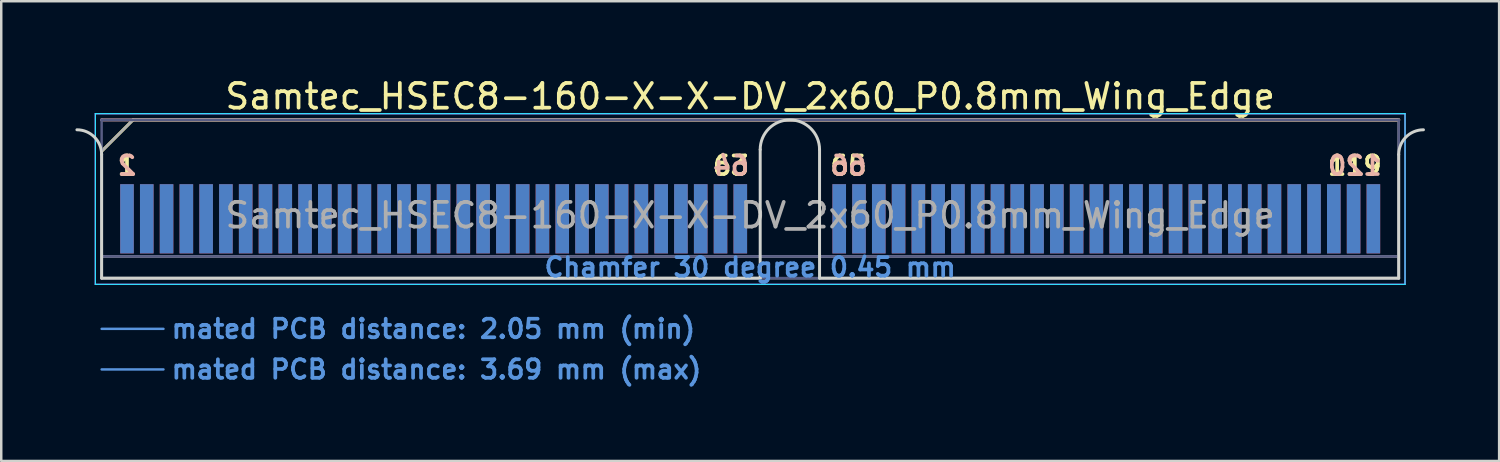
<source format=kicad_pcb>
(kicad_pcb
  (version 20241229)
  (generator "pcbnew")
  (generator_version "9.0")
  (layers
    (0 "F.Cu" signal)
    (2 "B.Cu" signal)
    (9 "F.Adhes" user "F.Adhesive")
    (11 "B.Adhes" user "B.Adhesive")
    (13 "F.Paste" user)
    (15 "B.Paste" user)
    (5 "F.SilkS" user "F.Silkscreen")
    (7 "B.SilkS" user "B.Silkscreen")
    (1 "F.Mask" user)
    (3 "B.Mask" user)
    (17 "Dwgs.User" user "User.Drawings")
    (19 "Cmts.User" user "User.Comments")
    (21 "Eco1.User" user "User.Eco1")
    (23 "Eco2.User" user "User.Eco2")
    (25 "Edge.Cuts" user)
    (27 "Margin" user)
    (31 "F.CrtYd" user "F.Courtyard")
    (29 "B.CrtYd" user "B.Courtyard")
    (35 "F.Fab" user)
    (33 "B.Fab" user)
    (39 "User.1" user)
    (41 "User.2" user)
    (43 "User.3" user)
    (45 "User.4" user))
  (footprint "Samtec_HSEC8-160-X-X-DV_2x60_P0.8mm_Wing_Edge"
    (layer "F.Cu")
    (at 27.285 8.198)
    (property "Reference" "Samtec_HSEC8-160-X-X-DV_2x60_P0.8mm_Wing_Edge" (at 0 -7.35 0) (layer "F.SilkS") (effects (font (size 1 1) (thickness 0.15))))
    (attr exclude_from_pos_files exclude_from_bom)
    (fp_line (start -26.225 -5.13) (end -24.955 -6.4) (stroke (width 0.12) (type solid)) (layer "F.SilkS"))
    (fp_line (start -24.955 -6.4) (end 26.225 -6.4) (stroke (width 0.12) (type solid)) (layer "F.SilkS"))
    (fp_line (start -26.225 -6.4) (end -26.225 -6.4) (stroke (width 0.12) (type solid)) (layer "B.SilkS"))
    (fp_line (start -26.225 -6.4) (end 26.225 -6.4) (stroke (width 0.12) (type solid)) (layer "B.SilkS"))
    (fp_line (start -26.225 2.05) (end -23.725 2.05) (stroke (width 0.1) (type solid)) (layer "Cmts.User"))
    (fp_line (start -26.225 3.69) (end -23.725 3.69) (stroke (width 0.1) (type solid)) (layer "Cmts.User"))
    (fp_line (start -26.225 -5) (end -26.225 0) (stroke (width 0.12) (type solid)) (layer "Edge.Cuts"))
    (fp_line (start -26.225 0) (end 0.405 0) (stroke (width 0.12) (type solid)) (layer "Edge.Cuts"))
    (fp_line (start 0.405 0) (end 0.405 -5.2) (stroke (width 0.12) (type solid)) (layer "Edge.Cuts"))
    (fp_line (start 2.805 -5.2) (end 2.805 0) (stroke (width 0.12) (type solid)) (layer "Edge.Cuts"))
    (fp_line (start 2.805 0) (end 26.225 0) (stroke (width 0.12) (type solid)) (layer "Edge.Cuts"))
    (fp_line (start 26.225 0) (end 26.225 -5) (stroke (width 0.12) (type solid)) (layer "Edge.Cuts"))
    (fp_arc (start -27.225 -6) (mid -26.517893 -5.707107) (end -26.225 -5) (stroke (width 0.12) (type solid)) (layer "Edge.Cuts"))
    (fp_arc (start 0.405 -5.2) (mid 1.605 -6.4) (end 2.805 -5.2) (stroke (width 0.12) (type solid)) (layer "Edge.Cuts"))
    (fp_arc (start 26.225 -5) (mid 26.517893 -5.707107) (end 27.225 -6) (stroke (width 0.12) (type solid)) (layer "Edge.Cuts"))
    (fp_line (start -26.48 -6.65) (end -26.48 0.25) (stroke (width 0.05) (type solid)) (layer "B.CrtYd"))
    (fp_line (start -26.48 0.25) (end 26.48 0.25) (stroke (width 0.05) (type solid)) (layer "B.CrtYd"))
    (fp_line (start 26.48 -6.65) (end -26.48 -6.65) (stroke (width 0.05) (type solid)) (layer "B.CrtYd"))
    (fp_line (start 26.48 0.25) (end 26.48 -6.65) (stroke (width 0.05) (type solid)) (layer "B.CrtYd"))
    (fp_line (start -26.48 -6.65) (end -26.48 0.25) (stroke (width 0.05) (type solid)) (layer "F.CrtYd"))
    (fp_line (start -26.48 0.25) (end 26.48 0.25) (stroke (width 0.05) (type solid)) (layer "F.CrtYd"))
    (fp_line (start 26.48 -6.65) (end -26.48 -6.65) (stroke (width 0.05) (type solid)) (layer "F.CrtYd"))
    (fp_line (start 26.48 0.25) (end 26.48 -6.65) (stroke (width 0.05) (type solid)) (layer "F.CrtYd"))
    (fp_line (start -26.225 -6.4) (end -26.225 -6.4) (stroke (width 0.1) (type solid)) (layer "B.Fab"))
    (fp_line (start -26.225 -6.4) (end -26.225 0) (stroke (width 0.1) (type solid)) (layer "B.Fab"))
    (fp_line (start -26.225 -6.4) (end 26.225 -6.4) (stroke (width 0.1) (type solid)) (layer "B.Fab"))
    (fp_line (start -26.225 -0.88) (end 26.225 -0.88) (stroke (width 0.1) (type solid)) (layer "B.Fab"))
    (fp_line (start -26.225 0) (end 26.225 0) (stroke (width 0.1) (type solid)) (layer "B.Fab"))
    (fp_line (start 26.225 -6.4) (end 26.225 0) (stroke (width 0.1) (type solid)) (layer "B.Fab"))
    (fp_line (start -26.225 -5.13) (end -26.225 0) (stroke (width 0.1) (type solid)) (layer "F.Fab"))
    (fp_line (start -26.225 -5.13) (end -24.955 -6.4) (stroke (width 0.1) (type solid)) (layer "F.Fab"))
    (fp_line (start -26.225 -0.88) (end 26.225 -0.88) (stroke (width 0.1) (type solid)) (layer "F.Fab"))
    (fp_line (start -26.225 0) (end 26.225 0) (stroke (width 0.1) (type solid)) (layer "F.Fab"))
    (fp_line (start -24.955 -6.4) (end 26.225 -6.4) (stroke (width 0.1) (type solid)) (layer "F.Fab"))
    (fp_line (start 26.225 -6.4) (end 26.225 0) (stroke (width 0.1) (type solid)) (layer "F.Fab"))
    (fp_text user "63" (at -0.775 -4.55 0) (layer "F.SilkS") (effects (font (size 0.75 0.75) (thickness 0.15))))
    (fp_text user "1" (at -25.2 -4.55 0) (layer "F.SilkS") (effects (font (size 0.75 0.75) (thickness 0.15))))
    (fp_text user "65" (at 3.975 -4.55 0) (layer "F.SilkS") (effects (font (size 0.75 0.75) (thickness 0.15))))
    (fp_text user "119" (at 24.45 -4.55 0) (layer "F.SilkS") (effects (font (size 0.75 0.75) (thickness 0.15))))
    (fp_text user "120" (at 24.45 -4.55 0) (layer "B.SilkS") (effects (font (size 0.75 0.75) (thickness 0.15)) (justify mirror)))
    (fp_text user "66" (at 3.975 -4.55 0) (layer "B.SilkS") (effects (font (size 0.75 0.75) (thickness 0.15)) (justify mirror)))
    (fp_text user "2" (at -25.2 -4.55 0) (layer "B.SilkS") (effects (font (size 0.75 0.75) (thickness 0.15)) (justify mirror)))
    (fp_text user "64" (at -0.775 -4.55 0) (layer "B.SilkS") (effects (font (size 0.75 0.75) (thickness 0.15)) (justify mirror)))
    (fp_text user "mated PCB distance: 2.05 mm (min)" (at -23.48 2.05 0) (layer "Cmts.User") (effects (font (size 0.75 0.75) (thickness 0.15)) (justify left)))
    (fp_text user "mated PCB distance: 3.69 mm (max)" (at -23.48 3.69 0) (layer "Cmts.User") (effects (font (size 0.75 0.75) (thickness 0.15)) (justify left)))
    (fp_text user "Chamfer 30 degree 0.45 mm" (at 0 -0.44 0) (layer "Cmts.User") (effects (font (size 0.75 0.75) (thickness 0.15))))
    (fp_text user "${REFERENCE}" (at 0 -2.54 0) (layer "F.Fab") (effects (font (size 1 1) (thickness 0.15))))
    (pad "1" connect rect (at -25.2 -2.4) (size 0.55 2.8) (layers "F.Cu" "F.Mask"))
    (pad "2" connect rect (at -25.2 -2.4) (size 0.55 2.8) (layers "B.Cu" "B.Mask"))
    (pad "3" connect rect (at -24.4 -2.4) (size 0.55 2.8) (layers "F.Cu" "F.Mask"))
    (pad "4" connect rect (at -24.4 -2.4) (size 0.55 2.8) (layers "B.Cu" "B.Mask"))
    (pad "5" connect rect (at -23.6 -2.4) (size 0.55 2.8) (layers "F.Cu" "F.Mask"))
    (pad "6" connect rect (at -23.6 -2.4) (size 0.55 2.8) (layers "B.Cu" "B.Mask"))
    (pad "7" connect rect (at -22.8 -2.4) (size 0.55 2.8) (layers "F.Cu" "F.Mask"))
    (pad "8" connect rect (at -22.8 -2.4) (size 0.55 2.8) (layers "B.Cu" "B.Mask"))
    (pad "9" connect rect (at -22 -2.4) (size 0.55 2.8) (layers "F.Cu" "F.Mask"))
    (pad "10" connect rect (at -22 -2.4) (size 0.55 2.8) (layers "B.Cu" "B.Mask"))
    (pad "11" connect rect (at -21.2 -2.4) (size 0.55 2.8) (layers "F.Cu" "F.Mask"))
    (pad "12" connect rect (at -21.2 -2.4) (size 0.55 2.8) (layers "B.Cu" "B.Mask"))
    (pad "13" connect rect (at -20.4 -2.4) (size 0.55 2.8) (layers "F.Cu" "F.Mask"))
    (pad "14" connect rect (at -20.4 -2.4) (size 0.55 2.8) (layers "B.Cu" "B.Mask"))
    (pad "15" connect rect (at -19.6 -2.4) (size 0.55 2.8) (layers "F.Cu" "F.Mask"))
    (pad "16" connect rect (at -19.6 -2.4) (size 0.55 2.8) (layers "B.Cu" "B.Mask"))
    (pad "17" connect rect (at -18.8 -2.4) (size 0.55 2.8) (layers "F.Cu" "F.Mask"))
    (pad "18" connect rect (at -18.8 -2.4) (size 0.55 2.8) (layers "B.Cu" "B.Mask"))
    (pad "19" connect rect (at -18 -2.4) (size 0.55 2.8) (layers "F.Cu" "F.Mask"))
    (pad "20" connect rect (at -18 -2.4) (size 0.55 2.8) (layers "B.Cu" "B.Mask"))
    (pad "21" connect rect (at -17.2 -2.4) (size 0.55 2.8) (layers "F.Cu" "F.Mask"))
    (pad "22" connect rect (at -17.2 -2.4) (size 0.55 2.8) (layers "B.Cu" "B.Mask"))
    (pad "23" connect rect (at -16.4 -2.4) (size 0.55 2.8) (layers "F.Cu" "F.Mask"))
    (pad "24" connect rect (at -16.4 -2.4) (size 0.55 2.8) (layers "B.Cu" "B.Mask"))
    (pad "25" connect rect (at -15.6 -2.4) (size 0.55 2.8) (layers "F.Cu" "F.Mask"))
    (pad "26" connect rect (at -15.6 -2.4) (size 0.55 2.8) (layers "B.Cu" "B.Mask"))
    (pad "27" connect rect (at -14.8 -2.4) (size 0.55 2.8) (layers "F.Cu" "F.Mask"))
    (pad "28" connect rect (at -14.8 -2.4) (size 0.55 2.8) (layers "B.Cu" "B.Mask"))
    (pad "29" connect rect (at -14 -2.4) (size 0.55 2.8) (layers "F.Cu" "F.Mask"))
    (pad "30" connect rect (at -14 -2.4) (size 0.55 2.8) (layers "B.Cu" "B.Mask"))
    (pad "31" connect rect (at -13.2 -2.4) (size 0.55 2.8) (layers "F.Cu" "F.Mask"))
    (pad "32" connect rect (at -13.2 -2.4) (size 0.55 2.8) (layers "B.Cu" "B.Mask"))
    (pad "33" connect rect (at -12.4 -2.4) (size 0.55 2.8) (layers "F.Cu" "F.Mask"))
    (pad "34" connect rect (at -12.4 -2.4) (size 0.55 2.8) (layers "B.Cu" "B.Mask"))
    (pad "35" connect rect (at -11.6 -2.4) (size 0.55 2.8) (layers "F.Cu" "F.Mask"))
    (pad "36" connect rect (at -11.6 -2.4) (size 0.55 2.8) (layers "B.Cu" "B.Mask"))
    (pad "37" connect rect (at -10.8 -2.4) (size 0.55 2.8) (layers "F.Cu" "F.Mask"))
    (pad "38" connect rect (at -10.8 -2.4) (size 0.55 2.8) (layers "B.Cu" "B.Mask"))
    (pad "39" connect rect (at -10 -2.4) (size 0.55 2.8) (layers "F.Cu" "F.Mask"))
    (pad "40" connect rect (at -10 -2.4) (size 0.55 2.8) (layers "B.Cu" "B.Mask"))
    (pad "41" connect rect (at -9.2 -2.4) (size 0.55 2.8) (layers "F.Cu" "F.Mask"))
    (pad "42" connect rect (at -9.2 -2.4) (size 0.55 2.8) (layers "B.Cu" "B.Mask"))
    (pad "43" connect rect (at -8.4 -2.4) (size 0.55 2.8) (layers "F.Cu" "F.Mask"))
    (pad "44" connect rect (at -8.4 -2.4) (size 0.55 2.8) (layers "B.Cu" "B.Mask"))
    (pad "45" connect rect (at -7.6 -2.4) (size 0.55 2.8) (layers "F.Cu" "F.Mask"))
    (pad "46" connect rect (at -7.6 -2.4) (size 0.55 2.8) (layers "B.Cu" "B.Mask"))
    (pad "47" connect rect (at -6.8 -2.4) (size 0.55 2.8) (layers "F.Cu" "F.Mask"))
    (pad "48" connect rect (at -6.8 -2.4) (size 0.55 2.8) (layers "B.Cu" "B.Mask"))
    (pad "49" connect rect (at -6 -2.4) (size 0.55 2.8) (layers "F.Cu" "F.Mask"))
    (pad "50" connect rect (at -6 -2.4) (size 0.55 2.8) (layers "B.Cu" "B.Mask"))
    (pad "51" connect rect (at -5.2 -2.4) (size 0.55 2.8) (layers "F.Cu" "F.Mask"))
    (pad "52" connect rect (at -5.2 -2.4) (size 0.55 2.8) (layers "B.Cu" "B.Mask"))
    (pad "53" connect rect (at -4.4 -2.4) (size 0.55 2.8) (layers "F.Cu" "F.Mask"))
    (pad "54" connect rect (at -4.4 -2.4) (size 0.55 2.8) (layers "B.Cu" "B.Mask"))
    (pad "55" connect rect (at -3.6 -2.4) (size 0.55 2.8) (layers "F.Cu" "F.Mask"))
    (pad "56" connect rect (at -3.6 -2.4) (size 0.55 2.8) (layers "B.Cu" "B.Mask"))
    (pad "57" connect rect (at -2.8 -2.4) (size 0.55 2.8) (layers "F.Cu" "F.Mask"))
    (pad "58" connect rect (at -2.8 -2.4) (size 0.55 2.8) (layers "B.Cu" "B.Mask"))
    (pad "59" connect rect (at -2 -2.4) (size 0.55 2.8) (layers "F.Cu" "F.Mask"))
    (pad "60" connect rect (at -2 -2.4) (size 0.55 2.8) (layers "B.Cu" "B.Mask"))
    (pad "61" connect rect (at -1.2 -2.4) (size 0.55 2.8) (layers "F.Cu" "F.Mask"))
    (pad "62" connect rect (at -1.2 -2.4) (size 0.55 2.8) (layers "B.Cu" "B.Mask"))
    (pad "63" connect rect (at -0.4 -2.4) (size 0.55 2.8) (layers "F.Cu" "F.Mask"))
    (pad "64" connect rect (at -0.4 -2.4) (size 0.55 2.8) (layers "B.Cu" "B.Mask"))
    (pad "65" connect rect (at 3.6 -2.4) (size 0.55 2.8) (layers "F.Cu" "F.Mask"))
    (pad "66" connect rect (at 3.6 -2.4) (size 0.55 2.8) (layers "B.Cu" "B.Mask"))
    (pad "67" connect rect (at 4.4 -2.4) (size 0.55 2.8) (layers "F.Cu" "F.Mask"))
    (pad "68" connect rect (at 4.4 -2.4) (size 0.55 2.8) (layers "B.Cu" "B.Mask"))
    (pad "69" connect rect (at 5.2 -2.4) (size 0.55 2.8) (layers "F.Cu" "F.Mask"))
    (pad "70" connect rect (at 5.2 -2.4) (size 0.55 2.8) (layers "B.Cu" "B.Mask"))
    (pad "71" connect rect (at 6 -2.4) (size 0.55 2.8) (layers "F.Cu" "F.Mask"))
    (pad "72" connect rect (at 6 -2.4) (size 0.55 2.8) (layers "B.Cu" "B.Mask"))
    (pad "73" connect rect (at 6.8 -2.4) (size 0.55 2.8) (layers "F.Cu" "F.Mask"))
    (pad "74" connect rect (at 6.8 -2.4) (size 0.55 2.8) (layers "B.Cu" "B.Mask"))
    (pad "75" connect rect (at 7.6 -2.4) (size 0.55 2.8) (layers "F.Cu" "F.Mask"))
    (pad "76" connect rect (at 7.6 -2.4) (size 0.55 2.8) (layers "B.Cu" "B.Mask"))
    (pad "77" connect rect (at 8.4 -2.4) (size 0.55 2.8) (layers "F.Cu" "F.Mask"))
    (pad "78" connect rect (at 8.4 -2.4) (size 0.55 2.8) (layers "B.Cu" "B.Mask"))
    (pad "79" connect rect (at 9.2 -2.4) (size 0.55 2.8) (layers "F.Cu" "F.Mask"))
    (pad "80" connect rect (at 9.2 -2.4) (size 0.55 2.8) (layers "B.Cu" "B.Mask"))
    (pad "81" connect rect (at 10 -2.4) (size 0.55 2.8) (layers "F.Cu" "F.Mask"))
    (pad "82" connect rect (at 10 -2.4) (size 0.55 2.8) (layers "B.Cu" "B.Mask"))
    (pad "83" connect rect (at 10.8 -2.4) (size 0.55 2.8) (layers "F.Cu" "F.Mask"))
    (pad "84" connect rect (at 10.8 -2.4) (size 0.55 2.8) (layers "B.Cu" "B.Mask"))
    (pad "85" connect rect (at 11.6 -2.4) (size 0.55 2.8) (layers "F.Cu" "F.Mask"))
    (pad "86" connect rect (at 11.6 -2.4) (size 0.55 2.8) (layers "B.Cu" "B.Mask"))
    (pad "87" connect rect (at 12.4 -2.4) (size 0.55 2.8) (layers "F.Cu" "F.Mask"))
    (pad "88" connect rect (at 12.4 -2.4) (size 0.55 2.8) (layers "B.Cu" "B.Mask"))
    (pad "89" connect rect (at 13.2 -2.4) (size 0.55 2.8) (layers "F.Cu" "F.Mask"))
    (pad "90" connect rect (at 13.2 -2.4) (size 0.55 2.8) (layers "B.Cu" "B.Mask"))
    (pad "91" connect rect (at 14 -2.4) (size 0.55 2.8) (layers "F.Cu" "F.Mask"))
    (pad "92" connect rect (at 14 -2.4) (size 0.55 2.8) (layers "B.Cu" "B.Mask"))
    (pad "93" connect rect (at 14.8 -2.4) (size 0.55 2.8) (layers "F.Cu" "F.Mask"))
    (pad "94" connect rect (at 14.8 -2.4) (size 0.55 2.8) (layers "B.Cu" "B.Mask"))
    (pad "95" connect rect (at 15.6 -2.4) (size 0.55 2.8) (layers "F.Cu" "F.Mask"))
    (pad "96" connect rect (at 15.6 -2.4) (size 0.55 2.8) (layers "B.Cu" "B.Mask"))
    (pad "97" connect rect (at 16.4 -2.4) (size 0.55 2.8) (layers "F.Cu" "F.Mask"))
    (pad "98" connect rect (at 16.4 -2.4) (size 0.55 2.8) (layers "B.Cu" "B.Mask"))
    (pad "99" connect rect (at 17.2 -2.4) (size 0.55 2.8) (layers "F.Cu" "F.Mask"))
    (pad "100" connect rect (at 17.2 -2.4) (size 0.55 2.8) (layers "B.Cu" "B.Mask"))
    (pad "101" connect rect (at 18 -2.4) (size 0.55 2.8) (layers "F.Cu" "F.Mask"))
    (pad "102" connect rect (at 18 -2.4) (size 0.55 2.8) (layers "B.Cu" "B.Mask"))
    (pad "103" connect rect (at 18.8 -2.4) (size 0.55 2.8) (layers "F.Cu" "F.Mask"))
    (pad "104" connect rect (at 18.8 -2.4) (size 0.55 2.8) (layers "B.Cu" "B.Mask"))
    (pad "105" connect rect (at 19.6 -2.4) (size 0.55 2.8) (layers "F.Cu" "F.Mask"))
    (pad "106" connect rect (at 19.6 -2.4) (size 0.55 2.8) (layers "B.Cu" "B.Mask"))
    (pad "107" connect rect (at 20.4 -2.4) (size 0.55 2.8) (layers "F.Cu" "F.Mask"))
    (pad "108" connect rect (at 20.4 -2.4) (size 0.55 2.8) (layers "B.Cu" "B.Mask"))
    (pad "109" connect rect (at 21.2 -2.4) (size 0.55 2.8) (layers "F.Cu" "F.Mask"))
    (pad "110" connect rect (at 21.2 -2.4) (size 0.55 2.8) (layers "B.Cu" "B.Mask"))
    (pad "111" connect rect (at 22 -2.4) (size 0.55 2.8) (layers "F.Cu" "F.Mask"))
    (pad "112" connect rect (at 22 -2.4) (size 0.55 2.8) (layers "B.Cu" "B.Mask"))
    (pad "113" connect rect (at 22.8 -2.4) (size 0.55 2.8) (layers "F.Cu" "F.Mask"))
    (pad "114" connect rect (at 22.8 -2.4) (size 0.55 2.8) (layers "B.Cu" "B.Mask"))
    (pad "115" connect rect (at 23.6 -2.4) (size 0.55 2.8) (layers "F.Cu" "F.Mask"))
    (pad "116" connect rect (at 23.6 -2.4) (size 0.55 2.8) (layers "B.Cu" "B.Mask"))
    (pad "117" connect rect (at 24.4 -2.4) (size 0.55 2.8) (layers "F.Cu" "F.Mask"))
    (pad "118" connect rect (at 24.4 -2.4) (size 0.55 2.8) (layers "B.Cu" "B.Mask"))
    (pad "119" connect rect (at 25.2 -2.4) (size 0.55 2.8) (layers "F.Cu" "F.Mask"))
    (pad "120" connect rect (at 25.2 -2.4) (size 0.55 2.8) (layers "B.Cu" "B.Mask")))
  (gr_rect
    (start -3 -3)
    (end 57.57 15.59)
    (stroke (width 0.1) (type default))
    (fill no)
    (layer "Edge.Cuts")))
</source>
